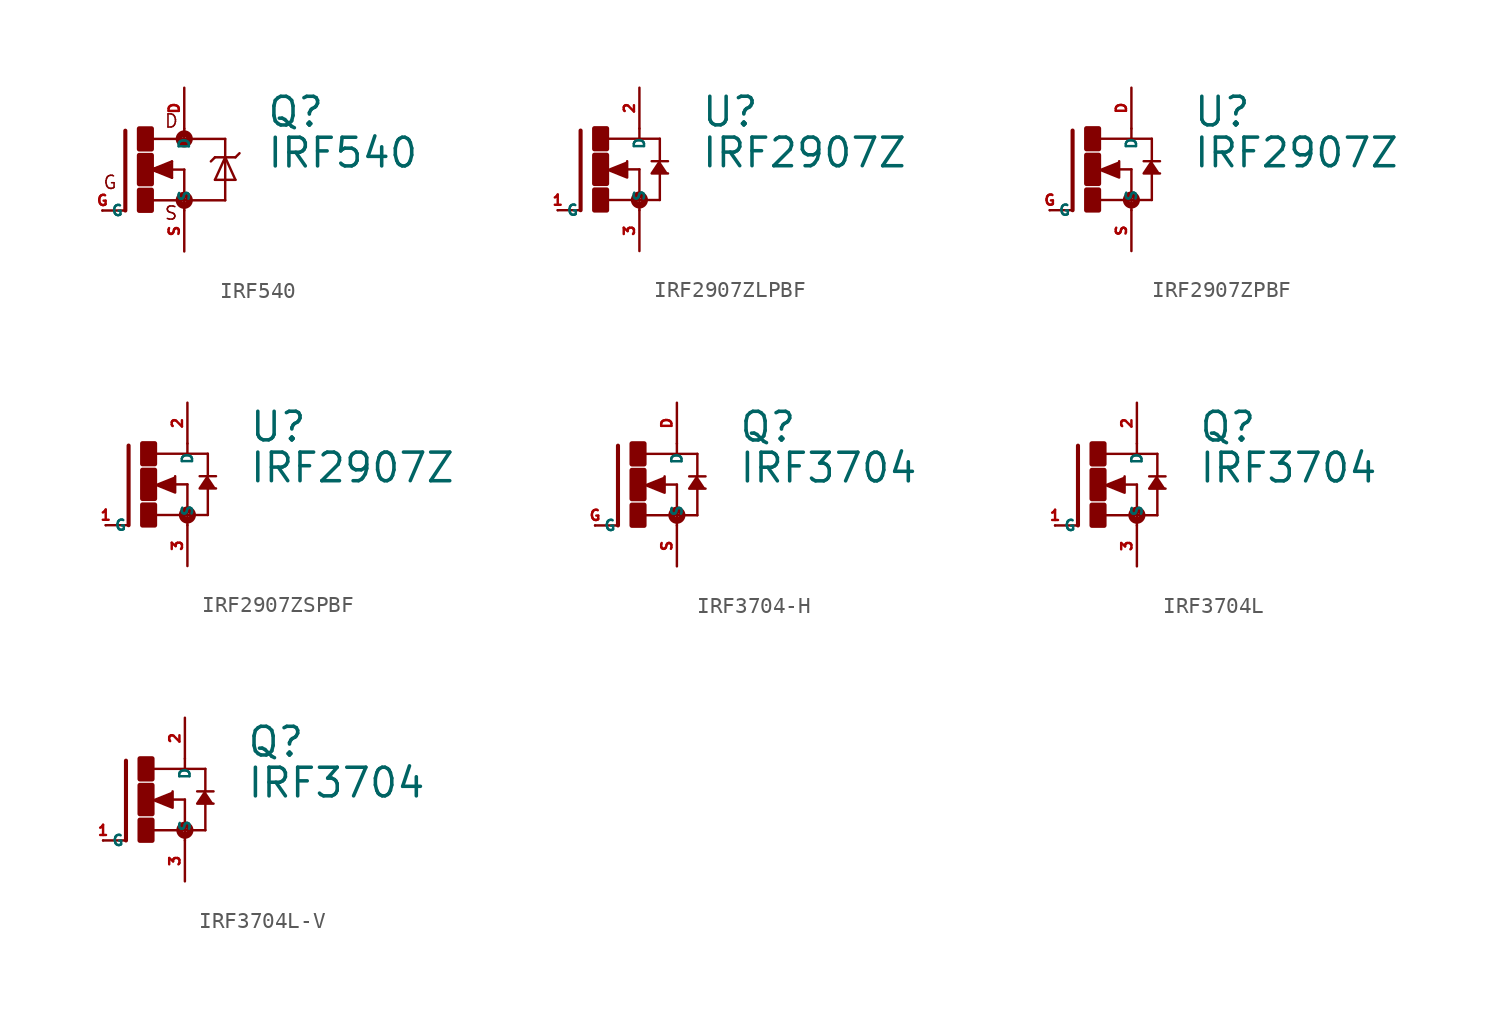
<source format=kicad_sym>
(kicad_symbol_lib
  (version 20220914)
  (generator Eagle2Kicad)
  (symbol "IRF540"
    (property "Reference" "Q"
      (at 7.62 2.54 0)
      (effects (font (size 1.778 1.778) (thickness 0.22)) (justify left bottom)))
    (property "Value" "IRF540"
      (at 7.62 0 0)
      (effects (font (size 1.778 1.778) (thickness 0.22)) (justify left bottom)))
    (polyline
      (pts (xy -1.118 2.413) (xy -1.118 -2.54))
      (stroke (width 0.254) (type default))
      (fill (type none)))
    (polyline
      (pts (xy -1.118 -2.54) (xy -2.54 -2.54))
      (stroke (width 0.152) (type default))
      (fill (type none)))
    (polyline
      (pts (xy 2.54 1.905) (xy 0.533 1.905))
      (stroke (width 0.152) (type default))
      (fill (type none)))
    (polyline
      (pts (xy 2.54 0) (xy 2.54 -1.905))
      (stroke (width 0.152) (type default))
      (fill (type none)))
    (polyline
      (pts (xy 0.508 -1.905) (xy 2.54 -1.905))
      (stroke (width 0.152) (type default))
      (fill (type none)))
    (polyline
      (pts (xy 2.54 2.54) (xy 2.54 1.905))
      (stroke (width 0.152) (type default))
      (fill (type none)))
    (polyline
      (pts (xy 2.54 1.905) (xy 5.08 1.905))
      (stroke (width 0.152) (type default))
      (fill (type none)))
    (polyline
      (pts (xy 5.08 1.905) (xy 5.08 0.762))
      (stroke (width 0.152) (type default))
      (fill (type none)))
    (polyline
      (pts (xy 5.08 0.762) (xy 5.08 -1.905))
      (stroke (width 0.152) (type default))
      (fill (type none)))
    (polyline
      (pts (xy 5.08 -1.905) (xy 2.54 -1.905))
      (stroke (width 0.152) (type default))
      (fill (type none)))
    (polyline
      (pts (xy 2.54 -1.905) (xy 2.54 -2.54))
      (stroke (width 0.152) (type default))
      (fill (type none)))
    (polyline
      (pts (xy 5.08 0.762) (xy 4.445 -0.635))
      (stroke (width 0.152) (type default))
      (fill (type none)))
    (polyline
      (pts (xy 4.445 -0.635) (xy 5.715 -0.635))
      (stroke (width 0.152) (type default))
      (fill (type none)))
    (polyline
      (pts (xy 5.715 -0.635) (xy 5.08 0.762))
      (stroke (width 0.152) (type default))
      (fill (type none)))
    (polyline
      (pts (xy 4.445 0.762) (xy 5.08 0.762))
      (stroke (width 0.152) (type default))
      (fill (type none)))
    (polyline
      (pts (xy 5.08 0.762) (xy 5.715 0.762))
      (stroke (width 0.152) (type default))
      (fill (type none)))
    (polyline
      (pts (xy 5.715 0.762) (xy 5.969 1.016))
      (stroke (width 0.152) (type default))
      (fill (type none)))
    (polyline
      (pts (xy 4.445 0.762) (xy 4.191 0.508))
      (stroke (width 0.152) (type default))
      (fill (type none)))
    (polyline
      (pts (xy 0.508 0) (xy 1.778 -0.508))
      (stroke (width 0.152) (type default))
      (fill (type none)))
    (polyline
      (pts (xy 1.778 -0.508) (xy 1.778 0.508))
      (stroke (width 0.152) (type default))
      (fill (type none)))
    (polyline
      (pts (xy 1.778 0.508) (xy 0.508 0))
      (stroke (width 0.152) (type default))
      (fill (type none)))
    (polyline
      (pts (xy 1.651 0) (xy 2.54 0))
      (stroke (width 0.152) (type default))
      (fill (type none)))
    (polyline
      (pts (xy 1.651 0.254) (xy 0.762 0))
      (stroke (width 0.305) (type default))
      (fill (type none)))
    (polyline
      (pts (xy 0.762 0) (xy 1.651 -0.254))
      (stroke (width 0.305) (type default))
      (fill (type none)))
    (polyline
      (pts (xy 1.651 -0.254) (xy 1.651 0))
      (stroke (width 0.305) (type default))
      (fill (type none)))
    (polyline
      (pts (xy 1.651 0) (xy 1.397 0))
      (stroke (width 0.305) (type default))
      (fill (type none)))
    (text "D"
      (at 1.27 2.54 0)
      (effects (font (size 0.813 0.813) (thickness 0.10)) (justify left bottom)))
    (text "S"
      (at 1.27 -3.175 0)
      (effects (font (size 0.813 0.813) (thickness 0.10)) (justify left bottom)))
    (text "G"
      (at -2.54 -1.27 0)
      (effects (font (size 0.813 0.813) (thickness 0.10)) (justify left bottom)))
    (circle
      (center 2.54 -1.905)
      (radius 0.127)
      (stroke (width 0.406) (type default))
      (fill (type none)))
    (circle
      (center 2.54 1.905)
      (radius 0.127)
      (stroke (width 0.406) (type default))
      (fill (type none)))
    (rectangle
      (start -0.254 -2.54)
      (end 0.508 -1.27)
      (stroke (width 0.3) (type default))
      (fill (type outline)))
    (rectangle
      (start -0.254 1.27)
      (end 0.508 2.54)
      (stroke (width 0.3) (type default))
      (fill (type outline)))
    (rectangle
      (start -0.254 -0.889)
      (end 0.508 0.889)
      (stroke (width 0.3) (type default))
      (fill (type outline)))
    (pin passive line
      (at -2.54 -2.54 0)
      (length 0)
      (name "G" (effects (font (size 0.635 0.635) (thickness 0.08)) (justify left bottom)))
      (number "G" (effects (font (size 0.635 0.635) (thickness 0.08)) (justify left bottom))))
    (pin passive line
      (at 2.54 5.08 270)
      (length 2.54)
      (name "D" (effects (font (size 0.635 0.635) (thickness 0.08)) (justify left bottom)))
      (number "D" (effects (font (size 0.635 0.635) (thickness 0.08)) (justify left bottom))))
    (pin passive line
      (at 2.54 -5.08 90)
      (length 2.54)
      (name "S" (effects (font (size 0.635 0.635) (thickness 0.08)) (justify left bottom)))
      (number "S" (effects (font (size 0.635 0.635) (thickness 0.08)) (justify left bottom)))))
  (symbol "IRF2907ZLPBF"
    (property "Reference" "U"
      (at 6.35 2.54 0)
      (effects (font (size 1.778 1.778) (thickness 0.22)) (justify left bottom)))
    (property "Value" "IRF2907Z"
      (at 6.35 0 0)
      (effects (font (size 1.778 1.778) (thickness 0.22)) (justify left bottom)))
    (polyline
      (pts (xy 0.508 0) (xy 1.778 -0.508) (xy 1.778 0.508))
      (stroke (width 0.152) (type default))
      (fill (type outline)))
    (polyline
      (pts (xy 3.81 0.508) (xy 3.302 -0.254) (xy 4.318 -0.254))
      (stroke (width 0.152) (type default))
      (fill (type outline)))
    (polyline
      (pts (xy -1.118 2.413) (xy -1.118 -2.54))
      (stroke (width 0.254) (type default))
      (fill (type none)))
    (polyline
      (pts (xy -1.118 -2.54) (xy -2.54 -2.54))
      (stroke (width 0.152) (type default))
      (fill (type none)))
    (polyline
      (pts (xy 2.54 2.54) (xy 2.54 1.905))
      (stroke (width 0.152) (type default))
      (fill (type none)))
    (polyline
      (pts (xy 2.54 0) (xy 2.54 -1.905))
      (stroke (width 0.152) (type default))
      (fill (type none)))
    (polyline
      (pts (xy 0.508 -1.905) (xy 2.54 -1.905))
      (stroke (width 0.152) (type default))
      (fill (type none)))
    (polyline
      (pts (xy 2.54 -1.905) (xy 2.54 -2.54))
      (stroke (width 0.152) (type default))
      (fill (type none)))
    (polyline
      (pts (xy 1.651 0) (xy 2.54 0))
      (stroke (width 0.152) (type default))
      (fill (type none)))
    (polyline
      (pts (xy 3.302 0.508) (xy 3.81 0.508))
      (stroke (width 0.152) (type default))
      (fill (type none)))
    (polyline
      (pts (xy 3.81 0.508) (xy 4.318 0.508))
      (stroke (width 0.152) (type default))
      (fill (type none)))
    (polyline
      (pts (xy 3.81 1.905) (xy 2.54 1.905))
      (stroke (width 0.152) (type default))
      (fill (type none)))
    (polyline
      (pts (xy 2.54 1.905) (xy 0.533 1.905))
      (stroke (width 0.152) (type default))
      (fill (type none)))
    (polyline
      (pts (xy 3.81 0.508) (xy 3.81 1.905))
      (stroke (width 0.152) (type default))
      (fill (type none)))
    (polyline
      (pts (xy 3.81 -1.905) (xy 3.81 -0.127))
      (stroke (width 0.152) (type default))
      (fill (type none)))
    (polyline
      (pts (xy 3.81 -1.905) (xy 2.54 -1.905))
      (stroke (width 0.152) (type default))
      (fill (type none)))
    (circle
      (center 2.54 -1.905)
      (radius 0.127)
      (stroke (width 0.406) (type default))
      (fill (type none)))
    (rectangle
      (start -0.254 -2.54)
      (end 0.508 -1.27)
      (stroke (width 0.3) (type default))
      (fill (type outline)))
    (rectangle
      (start -0.254 1.27)
      (end 0.508 2.54)
      (stroke (width 0.3) (type default))
      (fill (type outline)))
    (rectangle
      (start -0.254 -0.889)
      (end 0.508 0.889)
      (stroke (width 0.3) (type default))
      (fill (type outline)))
    (pin passive line
      (at -2.54 -2.54 0)
      (length 0)
      (name "G" (effects (font (size 0.635 0.635) (thickness 0.08)) (justify left bottom)))
      (number "1" (effects (font (size 0.635 0.635) (thickness 0.08)) (justify left bottom))))
    (pin passive line
      (at 2.54 5.08 270)
      (length 2.54)
      (name "D" (effects (font (size 0.635 0.635) (thickness 0.08)) (justify left bottom)))
      (number "2" (effects (font (size 0.635 0.635) (thickness 0.08)) (justify left bottom))))
    (pin passive line
      (at 2.54 -5.08 90)
      (length 2.54)
      (name "S" (effects (font (size 0.635 0.635) (thickness 0.08)) (justify left bottom)))
      (number "3" (effects (font (size 0.635 0.635) (thickness 0.08)) (justify left bottom)))))
  (symbol "IRF2907ZPBF"
    (property "Reference" "U"
      (at 6.35 2.54 0)
      (effects (font (size 1.778 1.778) (thickness 0.22)) (justify left bottom)))
    (property "Value" "IRF2907Z"
      (at 6.35 0 0)
      (effects (font (size 1.778 1.778) (thickness 0.22)) (justify left bottom)))
    (polyline
      (pts (xy 0.508 0) (xy 1.778 -0.508) (xy 1.778 0.508))
      (stroke (width 0.152) (type default))
      (fill (type outline)))
    (polyline
      (pts (xy 3.81 0.508) (xy 3.302 -0.254) (xy 4.318 -0.254))
      (stroke (width 0.152) (type default))
      (fill (type outline)))
    (polyline
      (pts (xy -1.118 2.413) (xy -1.118 -2.54))
      (stroke (width 0.254) (type default))
      (fill (type none)))
    (polyline
      (pts (xy -1.118 -2.54) (xy -2.54 -2.54))
      (stroke (width 0.152) (type default))
      (fill (type none)))
    (polyline
      (pts (xy 2.54 2.54) (xy 2.54 1.905))
      (stroke (width 0.152) (type default))
      (fill (type none)))
    (polyline
      (pts (xy 2.54 0) (xy 2.54 -1.905))
      (stroke (width 0.152) (type default))
      (fill (type none)))
    (polyline
      (pts (xy 0.508 -1.905) (xy 2.54 -1.905))
      (stroke (width 0.152) (type default))
      (fill (type none)))
    (polyline
      (pts (xy 2.54 -1.905) (xy 2.54 -2.54))
      (stroke (width 0.152) (type default))
      (fill (type none)))
    (polyline
      (pts (xy 1.651 0) (xy 2.54 0))
      (stroke (width 0.152) (type default))
      (fill (type none)))
    (polyline
      (pts (xy 3.302 0.508) (xy 3.81 0.508))
      (stroke (width 0.152) (type default))
      (fill (type none)))
    (polyline
      (pts (xy 3.81 0.508) (xy 4.318 0.508))
      (stroke (width 0.152) (type default))
      (fill (type none)))
    (polyline
      (pts (xy 3.81 1.905) (xy 2.54 1.905))
      (stroke (width 0.152) (type default))
      (fill (type none)))
    (polyline
      (pts (xy 2.54 1.905) (xy 0.533 1.905))
      (stroke (width 0.152) (type default))
      (fill (type none)))
    (polyline
      (pts (xy 3.81 0.508) (xy 3.81 1.905))
      (stroke (width 0.152) (type default))
      (fill (type none)))
    (polyline
      (pts (xy 3.81 -1.905) (xy 3.81 -0.127))
      (stroke (width 0.152) (type default))
      (fill (type none)))
    (polyline
      (pts (xy 3.81 -1.905) (xy 2.54 -1.905))
      (stroke (width 0.152) (type default))
      (fill (type none)))
    (circle
      (center 2.54 -1.905)
      (radius 0.127)
      (stroke (width 0.406) (type default))
      (fill (type none)))
    (rectangle
      (start -0.254 -2.54)
      (end 0.508 -1.27)
      (stroke (width 0.3) (type default))
      (fill (type outline)))
    (rectangle
      (start -0.254 1.27)
      (end 0.508 2.54)
      (stroke (width 0.3) (type default))
      (fill (type outline)))
    (rectangle
      (start -0.254 -0.889)
      (end 0.508 0.889)
      (stroke (width 0.3) (type default))
      (fill (type outline)))
    (pin passive line
      (at -2.54 -2.54 0)
      (length 0)
      (name "G" (effects (font (size 0.635 0.635) (thickness 0.08)) (justify left bottom)))
      (number "G" (effects (font (size 0.635 0.635) (thickness 0.08)) (justify left bottom))))
    (pin passive line
      (at 2.54 5.08 270)
      (length 2.54)
      (name "D" (effects (font (size 0.635 0.635) (thickness 0.08)) (justify left bottom)))
      (number "D" (effects (font (size 0.635 0.635) (thickness 0.08)) (justify left bottom))))
    (pin passive line
      (at 2.54 -5.08 90)
      (length 2.54)
      (name "S" (effects (font (size 0.635 0.635) (thickness 0.08)) (justify left bottom)))
      (number "S" (effects (font (size 0.635 0.635) (thickness 0.08)) (justify left bottom)))))
  (symbol "IRF2907ZSPBF"
    (property "Reference" "U"
      (at 6.35 2.54 0)
      (effects (font (size 1.778 1.778) (thickness 0.22)) (justify left bottom)))
    (property "Value" "IRF2907Z"
      (at 6.35 0 0)
      (effects (font (size 1.778 1.778) (thickness 0.22)) (justify left bottom)))
    (polyline
      (pts (xy 0.508 0) (xy 1.778 -0.508) (xy 1.778 0.508))
      (stroke (width 0.152) (type default))
      (fill (type outline)))
    (polyline
      (pts (xy 3.81 0.508) (xy 3.302 -0.254) (xy 4.318 -0.254))
      (stroke (width 0.152) (type default))
      (fill (type outline)))
    (polyline
      (pts (xy -1.118 2.413) (xy -1.118 -2.54))
      (stroke (width 0.254) (type default))
      (fill (type none)))
    (polyline
      (pts (xy -1.118 -2.54) (xy -2.54 -2.54))
      (stroke (width 0.152) (type default))
      (fill (type none)))
    (polyline
      (pts (xy 2.54 2.54) (xy 2.54 1.905))
      (stroke (width 0.152) (type default))
      (fill (type none)))
    (polyline
      (pts (xy 2.54 0) (xy 2.54 -1.905))
      (stroke (width 0.152) (type default))
      (fill (type none)))
    (polyline
      (pts (xy 0.508 -1.905) (xy 2.54 -1.905))
      (stroke (width 0.152) (type default))
      (fill (type none)))
    (polyline
      (pts (xy 2.54 -1.905) (xy 2.54 -2.54))
      (stroke (width 0.152) (type default))
      (fill (type none)))
    (polyline
      (pts (xy 1.651 0) (xy 2.54 0))
      (stroke (width 0.152) (type default))
      (fill (type none)))
    (polyline
      (pts (xy 3.302 0.508) (xy 3.81 0.508))
      (stroke (width 0.152) (type default))
      (fill (type none)))
    (polyline
      (pts (xy 3.81 0.508) (xy 4.318 0.508))
      (stroke (width 0.152) (type default))
      (fill (type none)))
    (polyline
      (pts (xy 3.81 1.905) (xy 2.54 1.905))
      (stroke (width 0.152) (type default))
      (fill (type none)))
    (polyline
      (pts (xy 2.54 1.905) (xy 0.533 1.905))
      (stroke (width 0.152) (type default))
      (fill (type none)))
    (polyline
      (pts (xy 3.81 0.508) (xy 3.81 1.905))
      (stroke (width 0.152) (type default))
      (fill (type none)))
    (polyline
      (pts (xy 3.81 -1.905) (xy 3.81 -0.127))
      (stroke (width 0.152) (type default))
      (fill (type none)))
    (polyline
      (pts (xy 3.81 -1.905) (xy 2.54 -1.905))
      (stroke (width 0.152) (type default))
      (fill (type none)))
    (circle
      (center 2.54 -1.905)
      (radius 0.127)
      (stroke (width 0.406) (type default))
      (fill (type none)))
    (rectangle
      (start -0.254 -2.54)
      (end 0.508 -1.27)
      (stroke (width 0.3) (type default))
      (fill (type outline)))
    (rectangle
      (start -0.254 1.27)
      (end 0.508 2.54)
      (stroke (width 0.3) (type default))
      (fill (type outline)))
    (rectangle
      (start -0.254 -0.889)
      (end 0.508 0.889)
      (stroke (width 0.3) (type default))
      (fill (type outline)))
    (pin passive line
      (at -2.54 -2.54 0)
      (length 0)
      (name "G" (effects (font (size 0.635 0.635) (thickness 0.08)) (justify left bottom)))
      (number "1" (effects (font (size 0.635 0.635) (thickness 0.08)) (justify left bottom))))
    (pin passive line
      (at 2.54 5.08 270)
      (length 2.54)
      (name "D" (effects (font (size 0.635 0.635) (thickness 0.08)) (justify left bottom)))
      (number "2" (effects (font (size 0.635 0.635) (thickness 0.08)) (justify left bottom))))
    (pin passive line
      (at 2.54 -5.08 90)
      (length 2.54)
      (name "S" (effects (font (size 0.635 0.635) (thickness 0.08)) (justify left bottom)))
      (number "3" (effects (font (size 0.635 0.635) (thickness 0.08)) (justify left bottom)))))
  (symbol "IRF3704-H"
    (property "Reference" "Q"
      (at 6.35 2.54 0)
      (effects (font (size 1.778 1.778) (thickness 0.22)) (justify left bottom)))
    (property "Value" "IRF3704"
      (at 6.35 0 0)
      (effects (font (size 1.778 1.778) (thickness 0.22)) (justify left bottom)))
    (polyline
      (pts (xy 0.508 0) (xy 1.778 -0.508) (xy 1.778 0.508))
      (stroke (width 0.152) (type default))
      (fill (type outline)))
    (polyline
      (pts (xy 3.81 0.508) (xy 3.302 -0.254) (xy 4.318 -0.254))
      (stroke (width 0.152) (type default))
      (fill (type outline)))
    (polyline
      (pts (xy -1.118 2.413) (xy -1.118 -2.54))
      (stroke (width 0.254) (type default))
      (fill (type none)))
    (polyline
      (pts (xy -1.118 -2.54) (xy -2.54 -2.54))
      (stroke (width 0.152) (type default))
      (fill (type none)))
    (polyline
      (pts (xy 2.54 2.54) (xy 2.54 1.905))
      (stroke (width 0.152) (type default))
      (fill (type none)))
    (polyline
      (pts (xy 2.54 0) (xy 2.54 -1.905))
      (stroke (width 0.152) (type default))
      (fill (type none)))
    (polyline
      (pts (xy 0.508 -1.905) (xy 2.54 -1.905))
      (stroke (width 0.152) (type default))
      (fill (type none)))
    (polyline
      (pts (xy 2.54 -1.905) (xy 2.54 -2.54))
      (stroke (width 0.152) (type default))
      (fill (type none)))
    (polyline
      (pts (xy 1.651 0) (xy 2.54 0))
      (stroke (width 0.152) (type default))
      (fill (type none)))
    (polyline
      (pts (xy 3.302 0.508) (xy 3.81 0.508))
      (stroke (width 0.152) (type default))
      (fill (type none)))
    (polyline
      (pts (xy 3.81 0.508) (xy 4.318 0.508))
      (stroke (width 0.152) (type default))
      (fill (type none)))
    (polyline
      (pts (xy 3.81 1.905) (xy 2.54 1.905))
      (stroke (width 0.152) (type default))
      (fill (type none)))
    (polyline
      (pts (xy 2.54 1.905) (xy 0.533 1.905))
      (stroke (width 0.152) (type default))
      (fill (type none)))
    (polyline
      (pts (xy 3.81 0.508) (xy 3.81 1.905))
      (stroke (width 0.152) (type default))
      (fill (type none)))
    (polyline
      (pts (xy 3.81 -1.905) (xy 3.81 -0.127))
      (stroke (width 0.152) (type default))
      (fill (type none)))
    (polyline
      (pts (xy 3.81 -1.905) (xy 2.54 -1.905))
      (stroke (width 0.152) (type default))
      (fill (type none)))
    (circle
      (center 2.54 -1.905)
      (radius 0.127)
      (stroke (width 0.406) (type default))
      (fill (type none)))
    (rectangle
      (start -0.254 -2.54)
      (end 0.508 -1.27)
      (stroke (width 0.3) (type default))
      (fill (type outline)))
    (rectangle
      (start -0.254 1.27)
      (end 0.508 2.54)
      (stroke (width 0.3) (type default))
      (fill (type outline)))
    (rectangle
      (start -0.254 -0.889)
      (end 0.508 0.889)
      (stroke (width 0.3) (type default))
      (fill (type outline)))
    (pin passive line
      (at -2.54 -2.54 0)
      (length 0)
      (name "G" (effects (font (size 0.635 0.635) (thickness 0.08)) (justify left bottom)))
      (number "G" (effects (font (size 0.635 0.635) (thickness 0.08)) (justify left bottom))))
    (pin passive line
      (at 2.54 5.08 270)
      (length 2.54)
      (name "D" (effects (font (size 0.635 0.635) (thickness 0.08)) (justify left bottom)))
      (number "D" (effects (font (size 0.635 0.635) (thickness 0.08)) (justify left bottom))))
    (pin passive line
      (at 2.54 -5.08 90)
      (length 2.54)
      (name "S" (effects (font (size 0.635 0.635) (thickness 0.08)) (justify left bottom)))
      (number "S" (effects (font (size 0.635 0.635) (thickness 0.08)) (justify left bottom)))))
  (symbol "IRF3704L"
    (property "Reference" "Q"
      (at 6.35 2.54 0)
      (effects (font (size 1.778 1.778) (thickness 0.22)) (justify left bottom)))
    (property "Value" "IRF3704"
      (at 6.35 0 0)
      (effects (font (size 1.778 1.778) (thickness 0.22)) (justify left bottom)))
    (polyline
      (pts (xy 0.508 0) (xy 1.778 -0.508) (xy 1.778 0.508))
      (stroke (width 0.152) (type default))
      (fill (type outline)))
    (polyline
      (pts (xy 3.81 0.508) (xy 3.302 -0.254) (xy 4.318 -0.254))
      (stroke (width 0.152) (type default))
      (fill (type outline)))
    (polyline
      (pts (xy -1.118 2.413) (xy -1.118 -2.54))
      (stroke (width 0.254) (type default))
      (fill (type none)))
    (polyline
      (pts (xy -1.118 -2.54) (xy -2.54 -2.54))
      (stroke (width 0.152) (type default))
      (fill (type none)))
    (polyline
      (pts (xy 2.54 2.54) (xy 2.54 1.905))
      (stroke (width 0.152) (type default))
      (fill (type none)))
    (polyline
      (pts (xy 2.54 0) (xy 2.54 -1.905))
      (stroke (width 0.152) (type default))
      (fill (type none)))
    (polyline
      (pts (xy 0.508 -1.905) (xy 2.54 -1.905))
      (stroke (width 0.152) (type default))
      (fill (type none)))
    (polyline
      (pts (xy 2.54 -1.905) (xy 2.54 -2.54))
      (stroke (width 0.152) (type default))
      (fill (type none)))
    (polyline
      (pts (xy 1.651 0) (xy 2.54 0))
      (stroke (width 0.152) (type default))
      (fill (type none)))
    (polyline
      (pts (xy 3.302 0.508) (xy 3.81 0.508))
      (stroke (width 0.152) (type default))
      (fill (type none)))
    (polyline
      (pts (xy 3.81 0.508) (xy 4.318 0.508))
      (stroke (width 0.152) (type default))
      (fill (type none)))
    (polyline
      (pts (xy 3.81 1.905) (xy 2.54 1.905))
      (stroke (width 0.152) (type default))
      (fill (type none)))
    (polyline
      (pts (xy 2.54 1.905) (xy 0.533 1.905))
      (stroke (width 0.152) (type default))
      (fill (type none)))
    (polyline
      (pts (xy 3.81 0.508) (xy 3.81 1.905))
      (stroke (width 0.152) (type default))
      (fill (type none)))
    (polyline
      (pts (xy 3.81 -1.905) (xy 3.81 -0.127))
      (stroke (width 0.152) (type default))
      (fill (type none)))
    (polyline
      (pts (xy 3.81 -1.905) (xy 2.54 -1.905))
      (stroke (width 0.152) (type default))
      (fill (type none)))
    (circle
      (center 2.54 -1.905)
      (radius 0.127)
      (stroke (width 0.406) (type default))
      (fill (type none)))
    (rectangle
      (start -0.254 -2.54)
      (end 0.508 -1.27)
      (stroke (width 0.3) (type default))
      (fill (type outline)))
    (rectangle
      (start -0.254 1.27)
      (end 0.508 2.54)
      (stroke (width 0.3) (type default))
      (fill (type outline)))
    (rectangle
      (start -0.254 -0.889)
      (end 0.508 0.889)
      (stroke (width 0.3) (type default))
      (fill (type outline)))
    (pin passive line
      (at -2.54 -2.54 0)
      (length 0)
      (name "G" (effects (font (size 0.635 0.635) (thickness 0.08)) (justify left bottom)))
      (number "1" (effects (font (size 0.635 0.635) (thickness 0.08)) (justify left bottom))))
    (pin passive line
      (at 2.54 5.08 270)
      (length 2.54)
      (name "D" (effects (font (size 0.635 0.635) (thickness 0.08)) (justify left bottom)))
      (number "2" (effects (font (size 0.635 0.635) (thickness 0.08)) (justify left bottom))))
    (pin passive line
      (at 2.54 -5.08 90)
      (length 2.54)
      (name "S" (effects (font (size 0.635 0.635) (thickness 0.08)) (justify left bottom)))
      (number "3" (effects (font (size 0.635 0.635) (thickness 0.08)) (justify left bottom)))))
  (symbol "IRF3704L-V"
    (property "Reference" "Q"
      (at 6.35 2.54 0)
      (effects (font (size 1.778 1.778) (thickness 0.22)) (justify left bottom)))
    (property "Value" "IRF3704"
      (at 6.35 0 0)
      (effects (font (size 1.778 1.778) (thickness 0.22)) (justify left bottom)))
    (polyline
      (pts (xy 0.508 0) (xy 1.778 -0.508) (xy 1.778 0.508))
      (stroke (width 0.152) (type default))
      (fill (type outline)))
    (polyline
      (pts (xy 3.81 0.508) (xy 3.302 -0.254) (xy 4.318 -0.254))
      (stroke (width 0.152) (type default))
      (fill (type outline)))
    (polyline
      (pts (xy -1.118 2.413) (xy -1.118 -2.54))
      (stroke (width 0.254) (type default))
      (fill (type none)))
    (polyline
      (pts (xy -1.118 -2.54) (xy -2.54 -2.54))
      (stroke (width 0.152) (type default))
      (fill (type none)))
    (polyline
      (pts (xy 2.54 2.54) (xy 2.54 1.905))
      (stroke (width 0.152) (type default))
      (fill (type none)))
    (polyline
      (pts (xy 2.54 0) (xy 2.54 -1.905))
      (stroke (width 0.152) (type default))
      (fill (type none)))
    (polyline
      (pts (xy 0.508 -1.905) (xy 2.54 -1.905))
      (stroke (width 0.152) (type default))
      (fill (type none)))
    (polyline
      (pts (xy 2.54 -1.905) (xy 2.54 -2.54))
      (stroke (width 0.152) (type default))
      (fill (type none)))
    (polyline
      (pts (xy 1.651 0) (xy 2.54 0))
      (stroke (width 0.152) (type default))
      (fill (type none)))
    (polyline
      (pts (xy 3.302 0.508) (xy 3.81 0.508))
      (stroke (width 0.152) (type default))
      (fill (type none)))
    (polyline
      (pts (xy 3.81 0.508) (xy 4.318 0.508))
      (stroke (width 0.152) (type default))
      (fill (type none)))
    (polyline
      (pts (xy 3.81 1.905) (xy 2.54 1.905))
      (stroke (width 0.152) (type default))
      (fill (type none)))
    (polyline
      (pts (xy 2.54 1.905) (xy 0.533 1.905))
      (stroke (width 0.152) (type default))
      (fill (type none)))
    (polyline
      (pts (xy 3.81 0.508) (xy 3.81 1.905))
      (stroke (width 0.152) (type default))
      (fill (type none)))
    (polyline
      (pts (xy 3.81 -1.905) (xy 3.81 -0.127))
      (stroke (width 0.152) (type default))
      (fill (type none)))
    (polyline
      (pts (xy 3.81 -1.905) (xy 2.54 -1.905))
      (stroke (width 0.152) (type default))
      (fill (type none)))
    (circle
      (center 2.54 -1.905)
      (radius 0.127)
      (stroke (width 0.406) (type default))
      (fill (type none)))
    (rectangle
      (start -0.254 -2.54)
      (end 0.508 -1.27)
      (stroke (width 0.3) (type default))
      (fill (type outline)))
    (rectangle
      (start -0.254 1.27)
      (end 0.508 2.54)
      (stroke (width 0.3) (type default))
      (fill (type outline)))
    (rectangle
      (start -0.254 -0.889)
      (end 0.508 0.889)
      (stroke (width 0.3) (type default))
      (fill (type outline)))
    (pin passive line
      (at -2.54 -2.54 0)
      (length 0)
      (name "G" (effects (font (size 0.635 0.635) (thickness 0.08)) (justify left bottom)))
      (number "1" (effects (font (size 0.635 0.635) (thickness 0.08)) (justify left bottom))))
    (pin passive line
      (at 2.54 5.08 270)
      (length 2.54)
      (name "D" (effects (font (size 0.635 0.635) (thickness 0.08)) (justify left bottom)))
      (number "2" (effects (font (size 0.635 0.635) (thickness 0.08)) (justify left bottom))))
    (pin passive line
      (at 2.54 -5.08 90)
      (length 2.54)
      (name "S" (effects (font (size 0.635 0.635) (thickness 0.08)) (justify left bottom)))
      (number "3" (effects (font (size 0.635 0.635) (thickness 0.08)) (justify left bottom))))))
</source>
